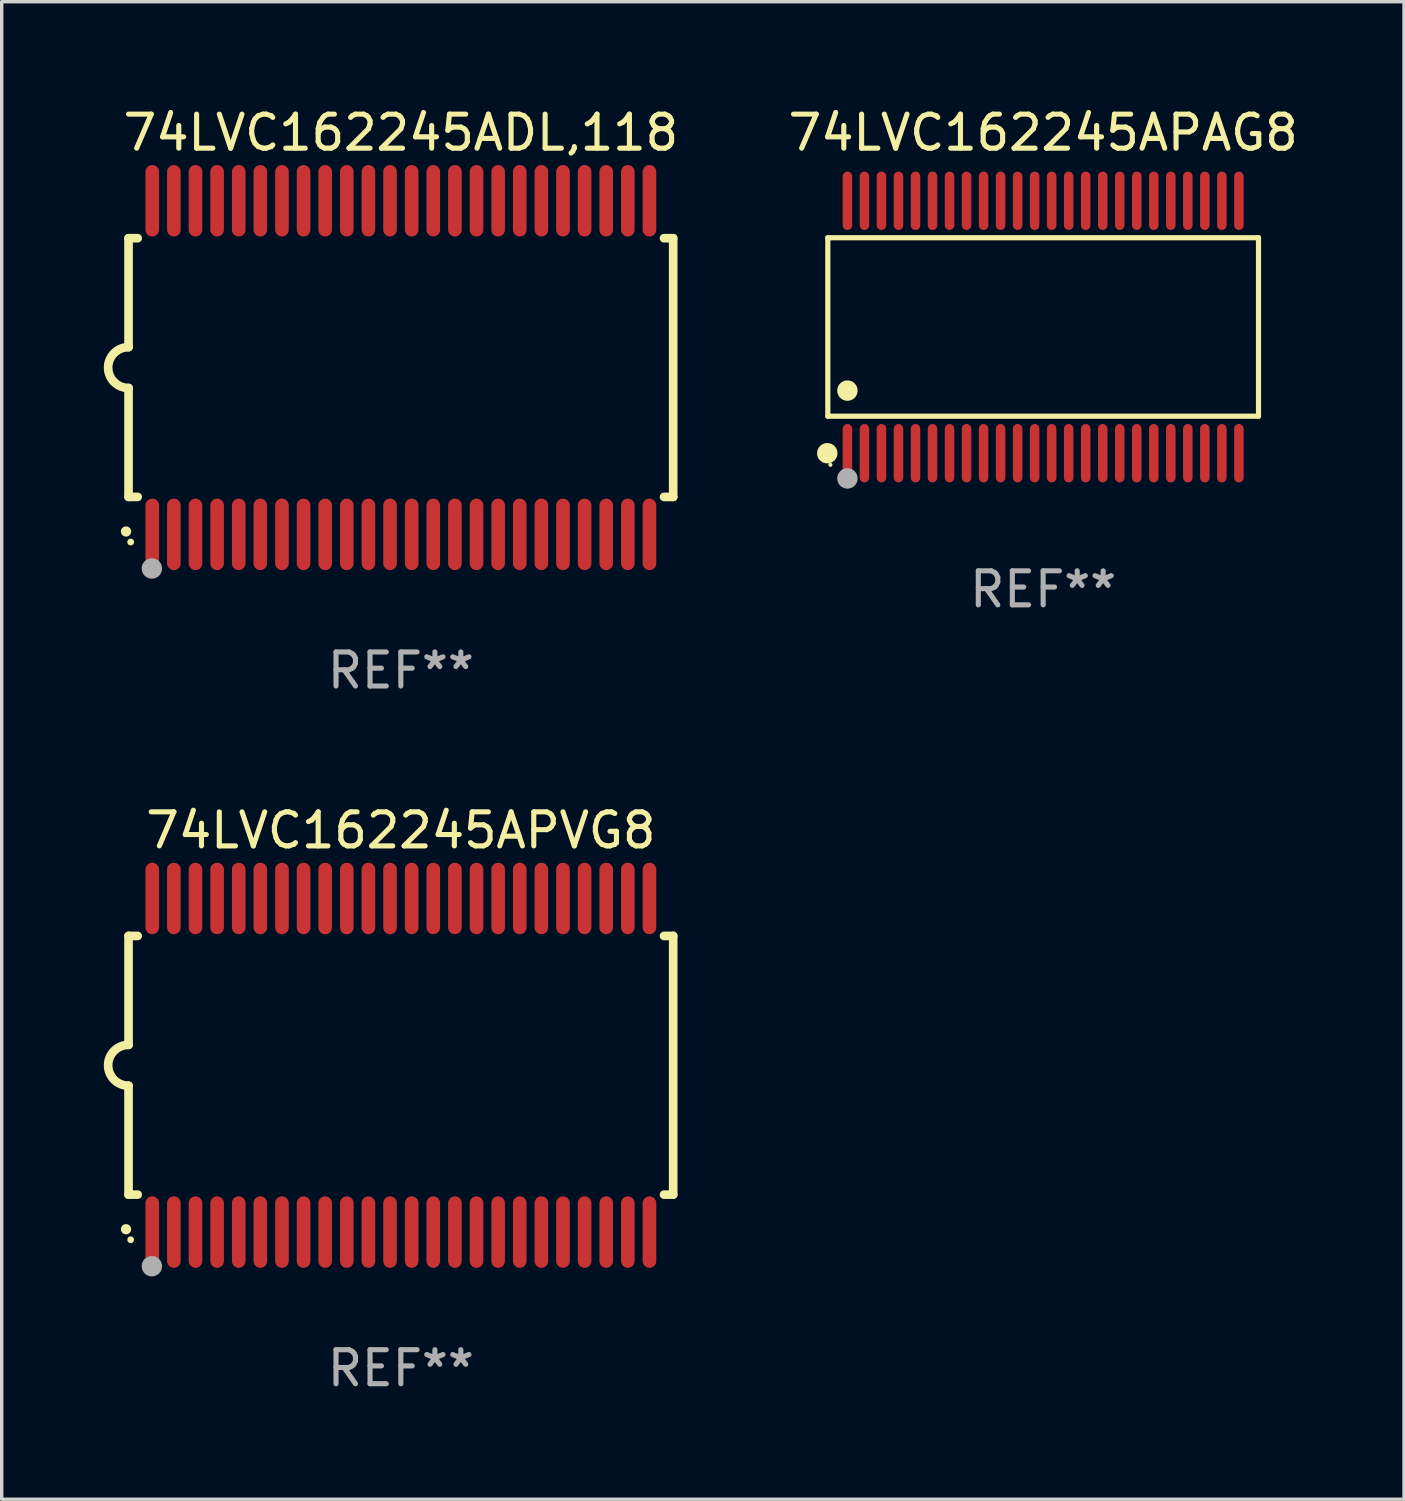
<source format=kicad_pcb>
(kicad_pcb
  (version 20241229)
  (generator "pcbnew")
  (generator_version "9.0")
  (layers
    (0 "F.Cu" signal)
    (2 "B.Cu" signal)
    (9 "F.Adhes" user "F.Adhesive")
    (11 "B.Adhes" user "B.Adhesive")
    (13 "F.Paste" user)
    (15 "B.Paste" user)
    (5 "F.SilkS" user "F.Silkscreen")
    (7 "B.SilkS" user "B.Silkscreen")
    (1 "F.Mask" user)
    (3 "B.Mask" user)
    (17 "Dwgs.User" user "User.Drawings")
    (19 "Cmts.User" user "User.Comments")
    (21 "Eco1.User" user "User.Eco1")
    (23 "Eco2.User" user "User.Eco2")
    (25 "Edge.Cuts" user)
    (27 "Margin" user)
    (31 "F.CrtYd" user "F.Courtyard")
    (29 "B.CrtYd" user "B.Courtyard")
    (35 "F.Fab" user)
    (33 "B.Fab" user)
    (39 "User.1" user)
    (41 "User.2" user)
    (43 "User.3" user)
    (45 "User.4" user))
  (footprint "74LVC162245APVG8"
    (layer "F.Cu")
    (at 8.726 28.245)
    (property "Reference" "74LVC162245APVG8" (at 0 -6.9 0) (layer "F.SilkS") (effects (font (size 1 1) (thickness 0.15))))
    (attr through_hole)
    (fp_line (start -8 -3.8) (end -8 -0.599) (stroke (width 0.254) (type solid)) (layer "F.SilkS"))
    (fp_line (start -8 -3.8) (end -7.731 -3.8) (stroke (width 0.254) (type solid)) (layer "F.SilkS"))
    (fp_line (start -8 3.8) (end -8 0.599) (stroke (width 0.254) (type solid)) (layer "F.SilkS"))
    (fp_line (start -7.731 3.8) (end -8 3.8) (stroke (width 0.254) (type solid)) (layer "F.SilkS"))
    (fp_line (start 7.731 -3.8) (end 8 -3.8) (stroke (width 0.254) (type solid)) (layer "F.SilkS"))
    (fp_line (start 8 -3.8) (end 8 3.8) (stroke (width 0.254) (type solid)) (layer "F.SilkS"))
    (fp_line (start 8 3.8) (end 7.731 3.8) (stroke (width 0.254) (type solid)) (layer "F.SilkS"))
    (fp_arc (start -8.074676 4.81585) (mid -8.073406 4.815845) (end -8.072136 4.81585) (stroke (width 0.3) (type solid)) (layer "F.SilkS"))
    (fp_arc (start -8.000025 0.6) (mid -8.598908 0.00056) (end -8.000027 -0.598882) (stroke (width 0.254001) (type solid)) (layer "F.SilkS"))
    (fp_circle (center -7.937 5.125) (end -7.887 5.125) (stroke (width 0.1) (type solid)) (fill no) (layer "F.SilkS"))
    (fp_circle (center -7.315 5.903) (end -7.165 5.903) (stroke (width 0.3) (type solid)) (fill no) (layer "F.Fab"))
    (fp_text user "REF**" (at 0 8.9 0) (layer "F.Fab") (effects (font (size 1 1) (thickness 0.15))))
    (pad "1" smd oval (at -7.303 4.9) (size 0.4 2.1) (layers "F.Cu" "F.Mask" "F.Paste"))
    (pad "2" smd oval (at -6.668 4.9) (size 0.4 2.1) (layers "F.Cu" "F.Mask" "F.Paste"))
    (pad "3" smd oval (at -6.033 4.9) (size 0.4 2.1) (layers "F.Cu" "F.Mask" "F.Paste"))
    (pad "4" smd oval (at -5.398 4.9) (size 0.4 2.1) (layers "F.Cu" "F.Mask" "F.Paste"))
    (pad "5" smd oval (at -4.763 4.9) (size 0.4 2.1) (layers "F.Cu" "F.Mask" "F.Paste"))
    (pad "6" smd oval (at -4.128 4.9) (size 0.4 2.1) (layers "F.Cu" "F.Mask" "F.Paste"))
    (pad "7" smd oval (at -3.493 4.9) (size 0.4 2.1) (layers "F.Cu" "F.Mask" "F.Paste"))
    (pad "8" smd oval (at -2.858 4.9) (size 0.4 2.1) (layers "F.Cu" "F.Mask" "F.Paste"))
    (pad "9" smd oval (at -2.223 4.9) (size 0.4 2.1) (layers "F.Cu" "F.Mask" "F.Paste"))
    (pad "10" smd oval (at -1.588 4.9) (size 0.4 2.1) (layers "F.Cu" "F.Mask" "F.Paste"))
    (pad "11" smd oval (at -0.953 4.9) (size 0.4 2.1) (layers "F.Cu" "F.Mask" "F.Paste"))
    (pad "12" smd oval (at -0.318 4.9) (size 0.4 2.1) (layers "F.Cu" "F.Mask" "F.Paste"))
    (pad "13" smd oval (at 0.318 4.9) (size 0.4 2.1) (layers "F.Cu" "F.Mask" "F.Paste"))
    (pad "14" smd oval (at 0.953 4.9) (size 0.4 2.1) (layers "F.Cu" "F.Mask" "F.Paste"))
    (pad "15" smd oval (at 1.588 4.9) (size 0.4 2.1) (layers "F.Cu" "F.Mask" "F.Paste"))
    (pad "16" smd oval (at 2.223 4.9) (size 0.4 2.1) (layers "F.Cu" "F.Mask" "F.Paste"))
    (pad "17" smd oval (at 2.858 4.9) (size 0.4 2.1) (layers "F.Cu" "F.Mask" "F.Paste"))
    (pad "18" smd oval (at 3.493 4.9) (size 0.4 2.1) (layers "F.Cu" "F.Mask" "F.Paste"))
    (pad "19" smd oval (at 4.128 4.9) (size 0.4 2.1) (layers "F.Cu" "F.Mask" "F.Paste"))
    (pad "20" smd oval (at 4.763 4.9) (size 0.4 2.1) (layers "F.Cu" "F.Mask" "F.Paste"))
    (pad "21" smd oval (at 5.398 4.9) (size 0.4 2.1) (layers "F.Cu" "F.Mask" "F.Paste"))
    (pad "22" smd oval (at 6.033 4.9) (size 0.4 2.1) (layers "F.Cu" "F.Mask" "F.Paste"))
    (pad "23" smd oval (at 6.668 4.9) (size 0.4 2.1) (layers "F.Cu" "F.Mask" "F.Paste"))
    (pad "24" smd oval (at 7.303 4.9) (size 0.4 2.1) (layers "F.Cu" "F.Mask" "F.Paste"))
    (pad "25" smd oval (at 7.303 -4.9 180) (size 0.4 2.1) (layers "F.Cu" "F.Mask" "F.Paste"))
    (pad "26" smd oval (at 6.668 -4.9 180) (size 0.4 2.1) (layers "F.Cu" "F.Mask" "F.Paste"))
    (pad "27" smd oval (at 6.033 -4.9 180) (size 0.4 2.1) (layers "F.Cu" "F.Mask" "F.Paste"))
    (pad "28" smd oval (at 5.398 -4.9 180) (size 0.4 2.1) (layers "F.Cu" "F.Mask" "F.Paste"))
    (pad "29" smd oval (at 4.763 -4.9 180) (size 0.4 2.1) (layers "F.Cu" "F.Mask" "F.Paste"))
    (pad "30" smd oval (at 4.128 -4.9 180) (size 0.4 2.1) (layers "F.Cu" "F.Mask" "F.Paste"))
    (pad "31" smd oval (at 3.493 -4.9 180) (size 0.4 2.1) (layers "F.Cu" "F.Mask" "F.Paste"))
    (pad "32" smd oval (at 2.858 -4.9 180) (size 0.4 2.1) (layers "F.Cu" "F.Mask" "F.Paste"))
    (pad "33" smd oval (at 2.223 -4.9 180) (size 0.4 2.1) (layers "F.Cu" "F.Mask" "F.Paste"))
    (pad "34" smd oval (at 1.588 -4.9 180) (size 0.4 2.1) (layers "F.Cu" "F.Mask" "F.Paste"))
    (pad "35" smd oval (at 0.953 -4.9 180) (size 0.4 2.1) (layers "F.Cu" "F.Mask" "F.Paste"))
    (pad "36" smd oval (at 0.318 -4.9 180) (size 0.4 2.1) (layers "F.Cu" "F.Mask" "F.Paste"))
    (pad "37" smd oval (at -0.318 -4.9 180) (size 0.4 2.1) (layers "F.Cu" "F.Mask" "F.Paste"))
    (pad "38" smd oval (at -0.953 -4.9 180) (size 0.4 2.1) (layers "F.Cu" "F.Mask" "F.Paste"))
    (pad "39" smd oval (at -1.588 -4.9 180) (size 0.4 2.1) (layers "F.Cu" "F.Mask" "F.Paste"))
    (pad "40" smd oval (at -2.223 -4.9 180) (size 0.4 2.1) (layers "F.Cu" "F.Mask" "F.Paste"))
    (pad "41" smd oval (at -2.858 -4.9 180) (size 0.4 2.1) (layers "F.Cu" "F.Mask" "F.Paste"))
    (pad "42" smd oval (at -3.493 -4.9 180) (size 0.4 2.1) (layers "F.Cu" "F.Mask" "F.Paste"))
    (pad "43" smd oval (at -4.128 -4.9 180) (size 0.4 2.1) (layers "F.Cu" "F.Mask" "F.Paste"))
    (pad "44" smd oval (at -4.763 -4.9 180) (size 0.4 2.1) (layers "F.Cu" "F.Mask" "F.Paste"))
    (pad "45" smd oval (at -5.398 -4.9 180) (size 0.4 2.1) (layers "F.Cu" "F.Mask" "F.Paste"))
    (pad "46" smd oval (at -6.033 -4.9 180) (size 0.4 2.1) (layers "F.Cu" "F.Mask" "F.Paste"))
    (pad "47" smd oval (at -6.668 -4.9 180) (size 0.4 2.1) (layers "F.Cu" "F.Mask" "F.Paste"))
    (pad "48" smd oval (at -7.303 -4.9 180) (size 0.4 2.1) (layers "F.Cu" "F.Mask" "F.Paste")))
  (footprint "74LVC162245ADL,118"
    (layer "F.Cu")
    (at 8.726 7.748)
    (property "Reference" "74LVC162245ADL,118" (at 0 -6.9 0) (layer "F.SilkS") (effects (font (size 1 1) (thickness 0.15))))
    (attr through_hole)
    (fp_line (start -8 -3.8) (end -8 -0.599) (stroke (width 0.254) (type solid)) (layer "F.SilkS"))
    (fp_line (start -8 -3.8) (end -7.731 -3.8) (stroke (width 0.254) (type solid)) (layer "F.SilkS"))
    (fp_line (start -8 3.8) (end -8 0.599) (stroke (width 0.254) (type solid)) (layer "F.SilkS"))
    (fp_line (start -7.731 3.8) (end -8 3.8) (stroke (width 0.254) (type solid)) (layer "F.SilkS"))
    (fp_line (start 7.731 -3.8) (end 8 -3.8) (stroke (width 0.254) (type solid)) (layer "F.SilkS"))
    (fp_line (start 8 -3.8) (end 8 3.8) (stroke (width 0.254) (type solid)) (layer "F.SilkS"))
    (fp_line (start 8 3.8) (end 7.731 3.8) (stroke (width 0.254) (type solid)) (layer "F.SilkS"))
    (fp_arc (start -8.074676 4.81585) (mid -8.073406 4.815845) (end -8.072136 4.81585) (stroke (width 0.3) (type solid)) (layer "F.SilkS"))
    (fp_arc (start -8.000025 0.6) (mid -8.598908 0.00056) (end -8.000027 -0.598882) (stroke (width 0.254001) (type solid)) (layer "F.SilkS"))
    (fp_circle (center -7.937 5.125) (end -7.887 5.125) (stroke (width 0.1) (type solid)) (fill no) (layer "F.SilkS"))
    (fp_circle (center -7.315 5.903) (end -7.165 5.903) (stroke (width 0.3) (type solid)) (fill no) (layer "F.Fab"))
    (fp_text user "REF**" (at 0 8.9 0) (layer "F.Fab") (effects (font (size 1 1) (thickness 0.15))))
    (pad "1" smd oval (at -7.303 4.9) (size 0.4 2.1) (layers "F.Cu" "F.Mask" "F.Paste"))
    (pad "2" smd oval (at -6.668 4.9) (size 0.4 2.1) (layers "F.Cu" "F.Mask" "F.Paste"))
    (pad "3" smd oval (at -6.033 4.9) (size 0.4 2.1) (layers "F.Cu" "F.Mask" "F.Paste"))
    (pad "4" smd oval (at -5.398 4.9) (size 0.4 2.1) (layers "F.Cu" "F.Mask" "F.Paste"))
    (pad "5" smd oval (at -4.763 4.9) (size 0.4 2.1) (layers "F.Cu" "F.Mask" "F.Paste"))
    (pad "6" smd oval (at -4.128 4.9) (size 0.4 2.1) (layers "F.Cu" "F.Mask" "F.Paste"))
    (pad "7" smd oval (at -3.493 4.9) (size 0.4 2.1) (layers "F.Cu" "F.Mask" "F.Paste"))
    (pad "8" smd oval (at -2.858 4.9) (size 0.4 2.1) (layers "F.Cu" "F.Mask" "F.Paste"))
    (pad "9" smd oval (at -2.223 4.9) (size 0.4 2.1) (layers "F.Cu" "F.Mask" "F.Paste"))
    (pad "10" smd oval (at -1.588 4.9) (size 0.4 2.1) (layers "F.Cu" "F.Mask" "F.Paste"))
    (pad "11" smd oval (at -0.953 4.9) (size 0.4 2.1) (layers "F.Cu" "F.Mask" "F.Paste"))
    (pad "12" smd oval (at -0.318 4.9) (size 0.4 2.1) (layers "F.Cu" "F.Mask" "F.Paste"))
    (pad "13" smd oval (at 0.318 4.9) (size 0.4 2.1) (layers "F.Cu" "F.Mask" "F.Paste"))
    (pad "14" smd oval (at 0.953 4.9) (size 0.4 2.1) (layers "F.Cu" "F.Mask" "F.Paste"))
    (pad "15" smd oval (at 1.588 4.9) (size 0.4 2.1) (layers "F.Cu" "F.Mask" "F.Paste"))
    (pad "16" smd oval (at 2.223 4.9) (size 0.4 2.1) (layers "F.Cu" "F.Mask" "F.Paste"))
    (pad "17" smd oval (at 2.858 4.9) (size 0.4 2.1) (layers "F.Cu" "F.Mask" "F.Paste"))
    (pad "18" smd oval (at 3.493 4.9) (size 0.4 2.1) (layers "F.Cu" "F.Mask" "F.Paste"))
    (pad "19" smd oval (at 4.128 4.9) (size 0.4 2.1) (layers "F.Cu" "F.Mask" "F.Paste"))
    (pad "20" smd oval (at 4.763 4.9) (size 0.4 2.1) (layers "F.Cu" "F.Mask" "F.Paste"))
    (pad "21" smd oval (at 5.398 4.9) (size 0.4 2.1) (layers "F.Cu" "F.Mask" "F.Paste"))
    (pad "22" smd oval (at 6.033 4.9) (size 0.4 2.1) (layers "F.Cu" "F.Mask" "F.Paste"))
    (pad "23" smd oval (at 6.668 4.9) (size 0.4 2.1) (layers "F.Cu" "F.Mask" "F.Paste"))
    (pad "24" smd oval (at 7.303 4.9) (size 0.4 2.1) (layers "F.Cu" "F.Mask" "F.Paste"))
    (pad "25" smd oval (at 7.303 -4.9 180) (size 0.4 2.1) (layers "F.Cu" "F.Mask" "F.Paste"))
    (pad "26" smd oval (at 6.668 -4.9 180) (size 0.4 2.1) (layers "F.Cu" "F.Mask" "F.Paste"))
    (pad "27" smd oval (at 6.033 -4.9 180) (size 0.4 2.1) (layers "F.Cu" "F.Mask" "F.Paste"))
    (pad "28" smd oval (at 5.398 -4.9 180) (size 0.4 2.1) (layers "F.Cu" "F.Mask" "F.Paste"))
    (pad "29" smd oval (at 4.763 -4.9 180) (size 0.4 2.1) (layers "F.Cu" "F.Mask" "F.Paste"))
    (pad "30" smd oval (at 4.128 -4.9 180) (size 0.4 2.1) (layers "F.Cu" "F.Mask" "F.Paste"))
    (pad "31" smd oval (at 3.493 -4.9 180) (size 0.4 2.1) (layers "F.Cu" "F.Mask" "F.Paste"))
    (pad "32" smd oval (at 2.858 -4.9 180) (size 0.4 2.1) (layers "F.Cu" "F.Mask" "F.Paste"))
    (pad "33" smd oval (at 2.223 -4.9 180) (size 0.4 2.1) (layers "F.Cu" "F.Mask" "F.Paste"))
    (pad "34" smd oval (at 1.588 -4.9 180) (size 0.4 2.1) (layers "F.Cu" "F.Mask" "F.Paste"))
    (pad "35" smd oval (at 0.953 -4.9 180) (size 0.4 2.1) (layers "F.Cu" "F.Mask" "F.Paste"))
    (pad "36" smd oval (at 0.318 -4.9 180) (size 0.4 2.1) (layers "F.Cu" "F.Mask" "F.Paste"))
    (pad "37" smd oval (at -0.318 -4.9 180) (size 0.4 2.1) (layers "F.Cu" "F.Mask" "F.Paste"))
    (pad "38" smd oval (at -0.953 -4.9 180) (size 0.4 2.1) (layers "F.Cu" "F.Mask" "F.Paste"))
    (pad "39" smd oval (at -1.588 -4.9 180) (size 0.4 2.1) (layers "F.Cu" "F.Mask" "F.Paste"))
    (pad "40" smd oval (at -2.223 -4.9 180) (size 0.4 2.1) (layers "F.Cu" "F.Mask" "F.Paste"))
    (pad "41" smd oval (at -2.858 -4.9 180) (size 0.4 2.1) (layers "F.Cu" "F.Mask" "F.Paste"))
    (pad "42" smd oval (at -3.493 -4.9 180) (size 0.4 2.1) (layers "F.Cu" "F.Mask" "F.Paste"))
    (pad "43" smd oval (at -4.128 -4.9 180) (size 0.4 2.1) (layers "F.Cu" "F.Mask" "F.Paste"))
    (pad "44" smd oval (at -4.763 -4.9 180) (size 0.4 2.1) (layers "F.Cu" "F.Mask" "F.Paste"))
    (pad "45" smd oval (at -5.398 -4.9 180) (size 0.4 2.1) (layers "F.Cu" "F.Mask" "F.Paste"))
    (pad "46" smd oval (at -6.033 -4.9 180) (size 0.4 2.1) (layers "F.Cu" "F.Mask" "F.Paste"))
    (pad "47" smd oval (at -6.668 -4.9 180) (size 0.4 2.1) (layers "F.Cu" "F.Mask" "F.Paste"))
    (pad "48" smd oval (at -7.303 -4.9 180) (size 0.4 2.1) (layers "F.Cu" "F.Mask" "F.Paste")))
  (footprint "74LVC162245APAG8"
    (layer "F.Cu")
    (at 27.595 6.556)
    (property "Reference" "74LVC162245APAG8" (at 0 -5.708 0) (layer "F.SilkS") (effects (font (size 1 1) (thickness 0.15))))
    (attr through_hole)
    (fp_line (start -6.326 -2.622) (end 6.326 -2.622) (stroke (width 0.152) (type solid)) (layer "F.SilkS"))
    (fp_line (start -6.326 2.621) (end -6.326 -2.622) (stroke (width 0.152) (type solid)) (layer "F.SilkS"))
    (fp_line (start 6.326 -2.622) (end 6.326 2.621) (stroke (width 0.152) (type solid)) (layer "F.SilkS"))
    (fp_line (start 6.326 2.621) (end -6.326 2.621) (stroke (width 0.152) (type solid)) (layer "F.SilkS"))
    (fp_circle (center -6.342 3.708) (end -6.192 3.708) (stroke (width 0.3) (type solid)) (fill no) (layer "F.SilkS"))
    (fp_circle (center -6.25 4.05) (end -6.22 4.05) (stroke (width 0.06) (type solid)) (fill no) (layer "F.SilkS"))
    (fp_circle (center -5.75 1.869) (end -5.6 1.869) (stroke (width 0.3) (type solid)) (fill no) (layer "F.SilkS"))
    (fp_circle (center -5.75 4.45) (end -5.6 4.45) (stroke (width 0.3) (type solid)) (fill no) (layer "F.Fab"))
    (fp_text user "REF**" (at 0 7.708 0) (layer "F.Fab") (effects (font (size 1 1) (thickness 0.15))))
    (pad "1" smd oval (at -5.75 3.708) (size 0.28 1.715) (layers "F.Cu" "F.Mask" "F.Paste"))
    (pad "2" smd oval (at -5.25 3.708) (size 0.28 1.715) (layers "F.Cu" "F.Mask" "F.Paste"))
    (pad "3" smd oval (at -4.75 3.708) (size 0.28 1.715) (layers "F.Cu" "F.Mask" "F.Paste"))
    (pad "4" smd oval (at -4.25 3.708) (size 0.28 1.715) (layers "F.Cu" "F.Mask" "F.Paste"))
    (pad "5" smd oval (at -3.75 3.708) (size 0.28 1.715) (layers "F.Cu" "F.Mask" "F.Paste"))
    (pad "6" smd oval (at -3.25 3.708) (size 0.28 1.715) (layers "F.Cu" "F.Mask" "F.Paste"))
    (pad "7" smd oval (at -2.75 3.708) (size 0.28 1.715) (layers "F.Cu" "F.Mask" "F.Paste"))
    (pad "8" smd oval (at -2.25 3.708) (size 0.28 1.715) (layers "F.Cu" "F.Mask" "F.Paste"))
    (pad "9" smd oval (at -1.75 3.708) (size 0.28 1.715) (layers "F.Cu" "F.Mask" "F.Paste"))
    (pad "10" smd oval (at -1.25 3.708) (size 0.28 1.715) (layers "F.Cu" "F.Mask" "F.Paste"))
    (pad "11" smd oval (at -0.75 3.708) (size 0.28 1.715) (layers "F.Cu" "F.Mask" "F.Paste"))
    (pad "12" smd oval (at -0.25 3.708) (size 0.28 1.715) (layers "F.Cu" "F.Mask" "F.Paste"))
    (pad "13" smd oval (at 0.25 3.708) (size 0.28 1.715) (layers "F.Cu" "F.Mask" "F.Paste"))
    (pad "14" smd oval (at 0.75 3.708) (size 0.28 1.715) (layers "F.Cu" "F.Mask" "F.Paste"))
    (pad "15" smd oval (at 1.25 3.708) (size 0.28 1.715) (layers "F.Cu" "F.Mask" "F.Paste"))
    (pad "16" smd oval (at 1.75 3.708) (size 0.28 1.715) (layers "F.Cu" "F.Mask" "F.Paste"))
    (pad "17" smd oval (at 2.25 3.708) (size 0.28 1.715) (layers "F.Cu" "F.Mask" "F.Paste"))
    (pad "18" smd oval (at 2.75 3.708) (size 0.28 1.715) (layers "F.Cu" "F.Mask" "F.Paste"))
    (pad "19" smd oval (at 3.25 3.708) (size 0.28 1.715) (layers "F.Cu" "F.Mask" "F.Paste"))
    (pad "20" smd oval (at 3.75 3.708) (size 0.28 1.715) (layers "F.Cu" "F.Mask" "F.Paste"))
    (pad "21" smd oval (at 4.25 3.708) (size 0.28 1.715) (layers "F.Cu" "F.Mask" "F.Paste"))
    (pad "22" smd oval (at 4.75 3.708) (size 0.28 1.715) (layers "F.Cu" "F.Mask" "F.Paste"))
    (pad "23" smd oval (at 5.25 3.708) (size 0.28 1.715) (layers "F.Cu" "F.Mask" "F.Paste"))
    (pad "24" smd oval (at 5.75 3.708) (size 0.28 1.715) (layers "F.Cu" "F.Mask" "F.Paste"))
    (pad "25" smd oval (at 5.75 -3.708) (size 0.28 1.715) (layers "F.Cu" "F.Mask" "F.Paste"))
    (pad "26" smd oval (at 5.25 -3.708) (size 0.28 1.715) (layers "F.Cu" "F.Mask" "F.Paste"))
    (pad "27" smd oval (at 4.75 -3.708) (size 0.28 1.715) (layers "F.Cu" "F.Mask" "F.Paste"))
    (pad "28" smd oval (at 4.25 -3.708) (size 0.28 1.715) (layers "F.Cu" "F.Mask" "F.Paste"))
    (pad "29" smd oval (at 3.75 -3.708) (size 0.28 1.715) (layers "F.Cu" "F.Mask" "F.Paste"))
    (pad "30" smd oval (at 3.25 -3.708) (size 0.28 1.715) (layers "F.Cu" "F.Mask" "F.Paste"))
    (pad "31" smd oval (at 2.75 -3.708) (size 0.28 1.715) (layers "F.Cu" "F.Mask" "F.Paste"))
    (pad "32" smd oval (at 2.25 -3.708) (size 0.28 1.715) (layers "F.Cu" "F.Mask" "F.Paste"))
    (pad "33" smd oval (at 1.75 -3.708) (size 0.28 1.715) (layers "F.Cu" "F.Mask" "F.Paste"))
    (pad "34" smd oval (at 1.25 -3.708) (size 0.28 1.715) (layers "F.Cu" "F.Mask" "F.Paste"))
    (pad "35" smd oval (at 0.75 -3.708) (size 0.28 1.715) (layers "F.Cu" "F.Mask" "F.Paste"))
    (pad "36" smd oval (at 0.25 -3.708) (size 0.28 1.715) (layers "F.Cu" "F.Mask" "F.Paste"))
    (pad "37" smd oval (at -0.25 -3.708) (size 0.28 1.715) (layers "F.Cu" "F.Mask" "F.Paste"))
    (pad "38" smd oval (at -0.75 -3.708) (size 0.28 1.715) (layers "F.Cu" "F.Mask" "F.Paste"))
    (pad "39" smd oval (at -1.25 -3.708) (size 0.28 1.715) (layers "F.Cu" "F.Mask" "F.Paste"))
    (pad "40" smd oval (at -1.75 -3.708) (size 0.28 1.715) (layers "F.Cu" "F.Mask" "F.Paste"))
    (pad "41" smd oval (at -2.25 -3.708) (size 0.28 1.715) (layers "F.Cu" "F.Mask" "F.Paste"))
    (pad "42" smd oval (at -2.75 -3.708) (size 0.28 1.715) (layers "F.Cu" "F.Mask" "F.Paste"))
    (pad "43" smd oval (at -3.25 -3.708) (size 0.28 1.715) (layers "F.Cu" "F.Mask" "F.Paste"))
    (pad "44" smd oval (at -3.75 -3.708) (size 0.28 1.715) (layers "F.Cu" "F.Mask" "F.Paste"))
    (pad "45" smd oval (at -4.25 -3.708) (size 0.28 1.715) (layers "F.Cu" "F.Mask" "F.Paste"))
    (pad "46" smd oval (at -4.75 -3.708) (size 0.28 1.715) (layers "F.Cu" "F.Mask" "F.Paste"))
    (pad "47" smd oval (at -5.25 -3.708) (size 0.28 1.715) (layers "F.Cu" "F.Mask" "F.Paste"))
    (pad "48" smd oval (at -5.75 -3.708) (size 0.28 1.715) (layers "F.Cu" "F.Mask" "F.Paste")))
  (gr_rect
    (start -3 -3)
    (end 38.196 40.993)
    (stroke (width 0.1) (type default))
    (fill no)
    (layer "Edge.Cuts")))
</source>
